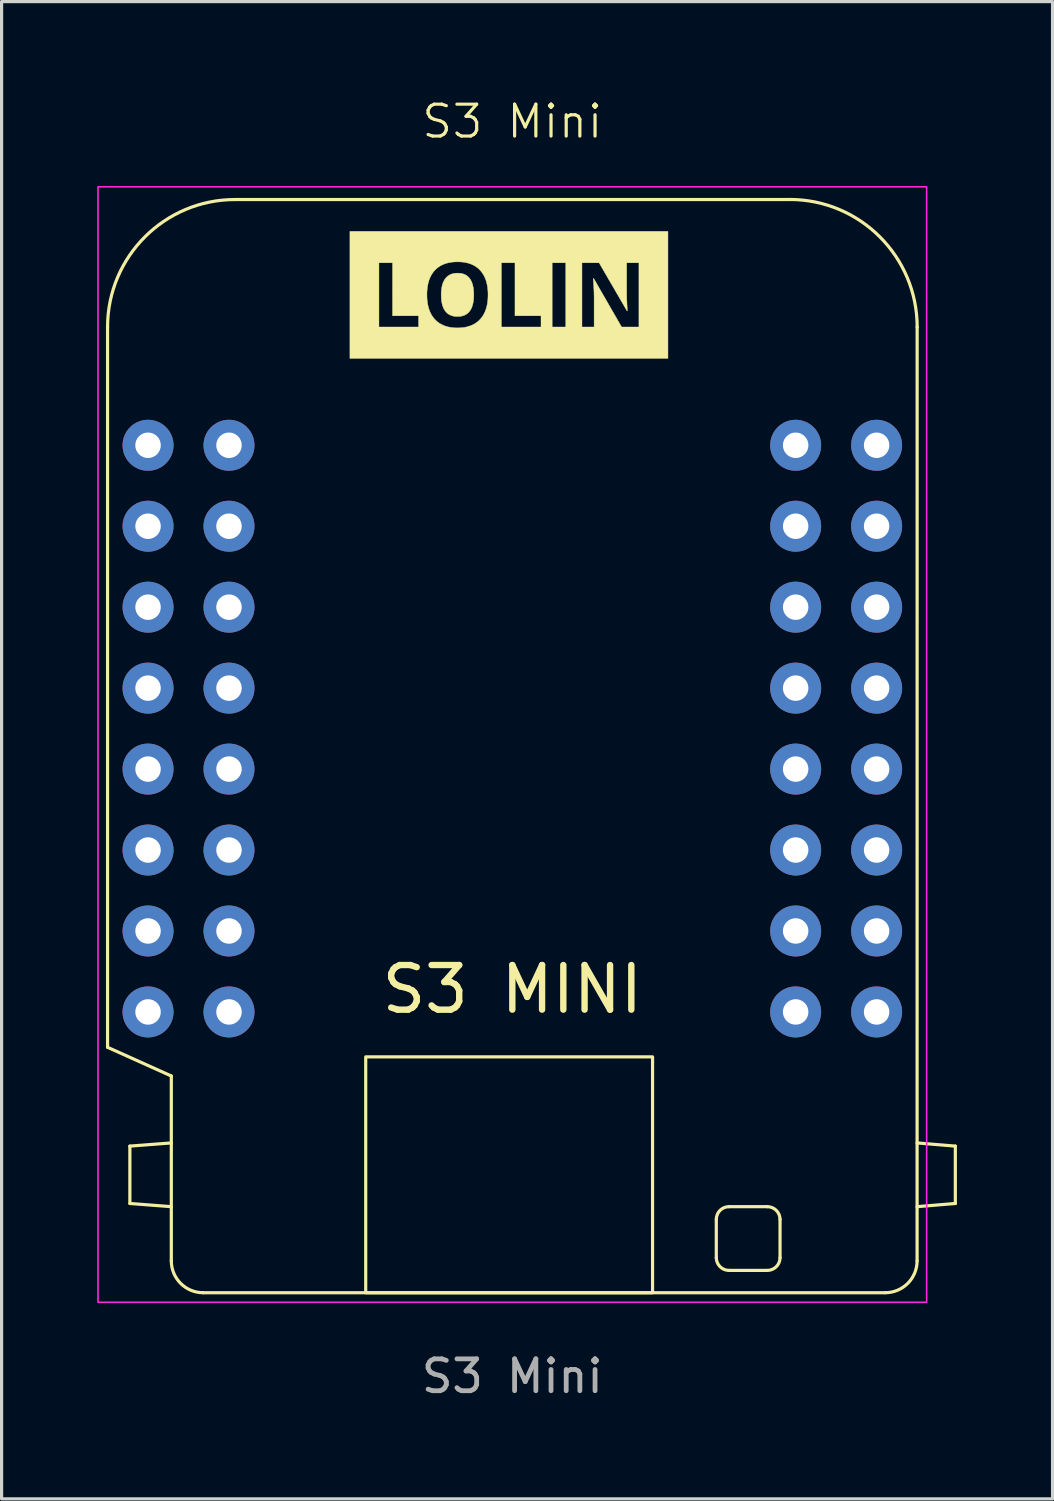
<source format=kicad_pcb>
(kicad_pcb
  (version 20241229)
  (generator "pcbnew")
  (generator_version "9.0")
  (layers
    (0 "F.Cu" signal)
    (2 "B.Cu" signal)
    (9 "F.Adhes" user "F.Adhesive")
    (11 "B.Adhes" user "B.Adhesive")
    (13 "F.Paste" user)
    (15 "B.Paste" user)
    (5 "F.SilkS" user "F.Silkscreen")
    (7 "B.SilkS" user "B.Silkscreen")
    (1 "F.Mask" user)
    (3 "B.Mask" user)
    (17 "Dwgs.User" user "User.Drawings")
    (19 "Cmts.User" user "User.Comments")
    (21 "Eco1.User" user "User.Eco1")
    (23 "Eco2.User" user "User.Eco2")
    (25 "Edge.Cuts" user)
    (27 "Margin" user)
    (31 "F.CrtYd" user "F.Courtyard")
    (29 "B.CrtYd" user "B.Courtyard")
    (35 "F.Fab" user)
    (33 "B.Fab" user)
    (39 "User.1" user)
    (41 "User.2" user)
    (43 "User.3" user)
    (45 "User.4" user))
  (footprint "S3 Mini"
    (layer "F.Cu")
    (at 13.025 19.811)
    (property "Reference" "S3 Mini" (at 0 -19.05 0) (unlocked yes) (layer "F.SilkS") (effects (font (size 1 1) (thickness 0.1))))
    (attr through_hole)
    (fp_line (start -12.7 -12.6) (end -12.7 10) (stroke (width 0.1) (type default)) (layer "F.SilkS"))
    (fp_line (start -12.7 10) (end -10.7 10.9) (stroke (width 0.1) (type default)) (layer "F.SilkS"))
    (fp_line (start -12 13.1) (end -10.7 13) (stroke (width 0.1) (type default)) (layer "F.SilkS"))
    (fp_line (start -12 14.9) (end -12 13.1) (stroke (width 0.1) (type default)) (layer "F.SilkS"))
    (fp_line (start -10.7 15) (end -12 14.9) (stroke (width 0.1) (type default)) (layer "F.SilkS"))
    (fp_line (start -10.7 16.7) (end -10.7 10.9) (stroke (width 0.1) (type default)) (layer "F.SilkS"))
    (fp_line (start -9.7 17.7) (end 11.7 17.7) (stroke (width 0.1) (type default)) (layer "F.SilkS"))
    (fp_line (start -8.7 -16.6) (end 8.7 -16.6) (stroke (width 0.1) (type default)) (layer "F.SilkS"))
    (fp_line (start 6.4 16.6) (end 6.4 15.4) (stroke (width 0.1) (type default)) (layer "F.SilkS"))
    (fp_line (start 6.8 15) (end 8 15) (stroke (width 0.1) (type default)) (layer "F.SilkS"))
    (fp_line (start 8 17) (end 6.8 17) (stroke (width 0.1) (type default)) (layer "F.SilkS"))
    (fp_line (start 8.4 15.4) (end 8.4 16.6) (stroke (width 0.1) (type default)) (layer "F.SilkS"))
    (fp_line (start 12.7 15) (end 13.9 14.9) (stroke (width 0.1) (type default)) (layer "F.SilkS"))
    (fp_line (start 12.702 -12.6) (end 12.7 16.7) (stroke (width 0.1) (type default)) (layer "F.SilkS"))
    (fp_line (start 13.9 13.1) (end 12.7 13) (stroke (width 0.1) (type default)) (layer "F.SilkS"))
    (fp_line (start 13.9 14.9) (end 13.9 13.1) (stroke (width 0.1) (type default)) (layer "F.SilkS"))
    (fp_rect (start -4.6 10.3) (end 4.4 17.7) (stroke (width 0.1) (type default)) (fill no) (layer "F.SilkS"))
    (fp_arc (start -12.7 -12.6) (mid -11.528427 -15.428427) (end -8.7 -16.6) (stroke (width 0.1) (type default)) (layer "F.SilkS"))
    (fp_arc (start -9.7 17.7) (mid -10.407107 17.407107) (end -10.7 16.7) (stroke (width 0.1) (type default)) (layer "F.SilkS"))
    (fp_arc (start 6.4 15.4) (mid 6.517157 15.117157) (end 6.8 15) (stroke (width 0.1) (type default)) (layer "F.SilkS"))
    (fp_arc (start 6.8 17) (mid 6.517157 16.882843) (end 6.4 16.6) (stroke (width 0.1) (type default)) (layer "F.SilkS"))
    (fp_arc (start 8 15) (mid 8.282843 15.117157) (end 8.4 15.4) (stroke (width 0.1) (type default)) (layer "F.SilkS"))
    (fp_arc (start 8.4 16.6) (mid 8.282843 16.882843) (end 8 17) (stroke (width 0.1) (type default)) (layer "F.SilkS"))
    (fp_arc (start 8.7 -16.602499) (mid 11.530194 -15.430194) (end 12.702499 -12.6) (stroke (width 0.1) (type default)) (layer "F.SilkS"))
    (fp_arc (start 12.7 16.7) (mid 12.407107 17.407107) (end 11.7 17.7) (stroke (width 0.1) (type default)) (layer "F.SilkS"))
    (fp_poly (pts (xy -1.687 -14.29) (xy -1.656 -14.288) (xy -1.627 -14.285) (xy -1.599 -14.28) (xy -1.571 -14.274) (xy -1.545 -14.267) (xy -1.52 -14.258) (xy -1.495 -14.248) (xy -1.472 -14.237) (xy -1.45 -14.224) (xy -1.428 -14.21) (xy -1.408 -14.195) (xy -1.389 -14.179) (xy -1.37 -14.161) (xy -1.353 -14.141) (xy -1.337 -14.121) (xy -1.321 -14.099) (xy -1.307 -14.076) (xy -1.293 -14.051) (xy -1.281 -14.025) (xy -1.27 -13.998) (xy -1.259 -13.969) (xy -1.241 -13.908) (xy -1.227 -13.842) (xy -1.217 -13.77) (xy -1.211 -13.693) (xy -1.209 -13.61) (xy -1.21 -13.568) (xy -1.211 -13.528) (xy -1.214 -13.489) (xy -1.217 -13.451) (xy -1.222 -13.415) (xy -1.227 -13.379) (xy -1.234 -13.346) (xy -1.241 -13.313) (xy -1.25 -13.282) (xy -1.259 -13.252) (xy -1.27 -13.223) (xy -1.281 -13.196) (xy -1.294 -13.17) (xy -1.307 -13.146) (xy -1.322 -13.123) (xy -1.337 -13.101) (xy -1.354 -13.08) (xy -1.371 -13.061) (xy -1.39 -13.043) (xy -1.409 -13.026) (xy -1.43 -13.011) (xy -1.451 -12.997) (xy -1.474 -12.985) (xy -1.497 -12.973) (xy -1.522 -12.963) (xy -1.547 -12.955) (xy -1.574 -12.947) (xy -1.601 -12.941) (xy -1.63 -12.937) (xy -1.659 -12.933) (xy -1.69 -12.931) (xy -1.721 -12.931) (xy -1.752 -12.931) (xy -1.783 -12.933) (xy -1.812 -12.937) (xy -1.841 -12.941) (xy -1.868 -12.947) (xy -1.894 -12.955) (xy -1.92 -12.964) (xy -1.944 -12.974) (xy -1.968 -12.985) (xy -1.99 -12.998) (xy -2.012 -13.012) (xy -2.032 -13.027) (xy -2.051 -13.044) (xy -2.07 -13.062) (xy -2.087 -13.081) (xy -2.104 -13.102) (xy -2.119 -13.124) (xy -2.134 -13.147) (xy -2.148 -13.172) (xy -2.16 -13.198) (xy -2.172 -13.225) (xy -2.182 -13.253) (xy -2.192 -13.283) (xy -2.2 -13.314) (xy -2.208 -13.347) (xy -2.214 -13.381) (xy -2.22 -13.416) (xy -2.224 -13.452) (xy -2.228 -13.49) (xy -2.23 -13.528) (xy -2.232 -13.569) (xy -2.232 -13.61) (xy -2.232 -13.652) (xy -2.23 -13.692) (xy -2.228 -13.731) (xy -2.224 -13.769) (xy -2.219 -13.805) (xy -2.214 -13.84) (xy -2.207 -13.874) (xy -2.2 -13.906) (xy -2.191 -13.937) (xy -2.181 -13.967) (xy -2.171 -13.996) (xy -2.159 -14.023) (xy -2.146 -14.049) (xy -2.133 -14.073) (xy -2.118 -14.097) (xy -2.102 -14.119) (xy -2.086 -14.14) (xy -2.068 -14.159) (xy -2.049 -14.177) (xy -2.03 -14.194) (xy -2.009 -14.21) (xy -1.988 -14.224) (xy -1.965 -14.236) (xy -1.942 -14.248) (xy -1.917 -14.258) (xy -1.891 -14.267) (xy -1.865 -14.274) (xy -1.838 -14.28) (xy -1.809 -14.285) (xy -1.78 -14.288) (xy -1.749 -14.29) (xy -1.718 -14.291)) (stroke (width 0.013) (type solid)) (fill yes) (layer "F.SilkS"))
    (fp_poly (pts (xy 4.883 -11.616) (xy -5.096 -11.616) (xy -5.096 -14.615) (xy -4.185 -14.615) (xy -4.185 -12.6) (xy -2.941 -12.6) (xy -2.941 -12.953) (xy -3.758 -12.953) (xy -3.758 -13.613) (xy -2.68 -13.613) (xy -2.679 -13.551) (xy -2.676 -13.491) (xy -2.671 -13.432) (xy -2.665 -13.376) (xy -2.656 -13.321) (xy -2.645 -13.269) (xy -2.633 -13.218) (xy -2.618 -13.169) (xy -2.602 -13.121) (xy -2.583 -13.076) (xy -2.563 -13.032) (xy -2.541 -12.99) (xy -2.516 -12.95) (xy -2.49 -12.912) (xy -2.462 -12.876) (xy -2.432 -12.841) (xy -2.4 -12.809) (xy -2.367 -12.778) (xy -2.332 -12.75) (xy -2.295 -12.724) (xy -2.256 -12.7) (xy -2.216 -12.678) (xy -2.174 -12.658) (xy -2.13 -12.64) (xy -2.085 -12.624) (xy -2.038 -12.61) (xy -1.989 -12.599) (xy -1.939 -12.589) (xy -1.887 -12.582) (xy -1.833 -12.577) (xy -1.778 -12.574) (xy -1.721 -12.573) (xy -1.664 -12.574) (xy -1.609 -12.577) (xy -1.555 -12.582) (xy -1.503 -12.589) (xy -1.453 -12.599) (xy -1.404 -12.61) (xy -1.357 -12.624) (xy -1.312 -12.64) (xy -1.268 -12.658) (xy -1.226 -12.678) (xy -1.186 -12.7) (xy -1.147 -12.724) (xy -1.111 -12.75) (xy -1.075 -12.778) (xy -1.042 -12.809) (xy -1.01 -12.841) (xy -0.98 -12.876) (xy -0.952 -12.912) (xy -0.926 -12.95) (xy -0.901 -12.99) (xy -0.879 -13.032) (xy -0.859 -13.075) (xy -0.84 -13.121) (xy -0.824 -13.168) (xy -0.809 -13.217) (xy -0.797 -13.268) (xy -0.786 -13.32) (xy -0.777 -13.375) (xy -0.771 -13.431) (xy -0.766 -13.489) (xy -0.763 -13.549) (xy -0.762 -13.61) (xy -0.763 -13.672) (xy -0.766 -13.732) (xy -0.771 -13.79) (xy -0.777 -13.846) (xy -0.786 -13.901) (xy -0.797 -13.954) (xy -0.809 -14.004) (xy -0.823 -14.053) (xy -0.84 -14.1) (xy -0.858 -14.146) (xy -0.878 -14.189) (xy -0.901 -14.231) (xy -0.925 -14.271) (xy -0.951 -14.309) (xy -0.979 -14.345) (xy -1.008 -14.379) (xy -1.04 -14.412) (xy -1.073 -14.442) (xy -1.108 -14.47) (xy -1.145 -14.496) (xy -1.183 -14.52) (xy -1.223 -14.542) (xy -1.265 -14.562) (xy -1.308 -14.58) (xy -1.354 -14.595) (xy -1.4 -14.609) (xy -1.426 -14.615) (xy -0.344 -14.615) (xy -0.344 -12.6) (xy 0.9 -12.6) (xy 0.9 -12.953) (xy 0.083 -12.953) (xy 0.083 -14.615) (xy 1.25 -14.615) (xy 1.25 -12.6) (xy 1.677 -12.6) (xy 1.677 -14.615) (xy 2.185 -14.615) (xy 2.185 -12.6) (xy 2.566 -12.6) (xy 2.566 -13.548) (xy 2.564 -13.649) (xy 2.56 -13.778) (xy 2.552 -13.937) (xy 2.54 -14.124) (xy 2.553 -14.124) (xy 3.429 -12.6) (xy 3.972 -12.6) (xy 3.972 -14.615) (xy 3.587 -14.615) (xy 3.587 -13.661) (xy 3.588 -13.566) (xy 3.592 -13.441) (xy 3.599 -13.288) (xy 3.608 -13.106) (xy 3.599 -13.106) (xy 2.723 -14.615) (xy 2.185 -14.615) (xy 1.677 -14.615) (xy 1.25 -14.615) (xy 0.083 -14.615) (xy -0.344 -14.615) (xy -1.426 -14.615) (xy -1.449 -14.62) (xy -1.499 -14.63) (xy -1.551 -14.637) (xy -1.605 -14.642) (xy -1.661 -14.645) (xy -1.718 -14.646) (xy -1.775 -14.645) (xy -1.831 -14.642) (xy -1.885 -14.637) (xy -1.937 -14.63) (xy -1.987 -14.62) (xy -2.036 -14.609) (xy -2.083 -14.596) (xy -2.129 -14.58) (xy -2.173 -14.562) (xy -2.215 -14.543) (xy -2.255 -14.521) (xy -2.294 -14.497) (xy -2.331 -14.471) (xy -2.366 -14.443) (xy -2.4 -14.413) (xy -2.432 -14.381) (xy -2.462 -14.347) (xy -2.49 -14.311) (xy -2.516 -14.273) (xy -2.541 -14.234) (xy -2.563 -14.192) (xy -2.583 -14.149) (xy -2.602 -14.103) (xy -2.618 -14.056) (xy -2.633 -14.007) (xy -2.645 -13.957) (xy -2.656 -13.904) (xy -2.665 -13.85) (xy -2.671 -13.793) (xy -2.676 -13.735) (xy -2.679 -13.675) (xy -2.68 -13.613) (xy -3.758 -13.613) (xy -3.758 -14.615) (xy -4.185 -14.615) (xy -5.096 -14.615) (xy -5.096 -15.603) (xy 4.883 -15.603)) (stroke (width 0.013) (type solid)) (fill yes) (layer "F.SilkS"))
    (fp_rect (start -13 -17) (end 13 18) (stroke (width 0.05) (type default)) (fill no) (layer "F.CrtYd"))
    (fp_text user "S3 MINI" (at 0 9 0) (unlocked yes) (layer "F.SilkS") (effects (font (size 1.4 1.4) (thickness 0.2)) (justify bottom)))
    (fp_text user "${REFERENCE}" (at 0 20.32 0) (unlocked yes) (layer "F.Fab") (effects (font (size 1 1) (thickness 0.15))))
    (pad "1" thru_hole circle (at -11.43 -8.89) (size 1.6 1.6) (drill 0.8) (layers "*.Cu" "*.Mask"))
    (pad "2" thru_hole circle (at -8.89 -8.89) (size 1.6 1.6) (drill 0.8) (layers "*.Cu" "*.Mask"))
    (pad "3" thru_hole circle (at -11.43 -6.35) (size 1.6 1.6) (drill 0.8) (layers "*.Cu" "*.Mask"))
    (pad "4" thru_hole circle (at -8.89 -6.35) (size 1.6 1.6) (drill 0.8) (layers "*.Cu" "*.Mask"))
    (pad "5" thru_hole circle (at -11.43 -3.81) (size 1.6 1.6) (drill 0.8) (layers "*.Cu" "*.Mask"))
    (pad "6" thru_hole circle (at -8.89 -3.81) (size 1.6 1.6) (drill 0.8) (layers "*.Cu" "*.Mask"))
    (pad "7" thru_hole circle (at -11.43 -1.27) (size 1.6 1.6) (drill 0.8) (layers "*.Cu" "*.Mask"))
    (pad "8" thru_hole circle (at -8.89 -1.27) (size 1.6 1.6) (drill 0.8) (layers "*.Cu" "*.Mask"))
    (pad "9" thru_hole circle (at -11.43 1.27) (size 1.6 1.6) (drill 0.8) (layers "*.Cu" "*.Mask"))
    (pad "10" thru_hole circle (at -8.89 1.27) (size 1.6 1.6) (drill 0.8) (layers "*.Cu" "*.Mask"))
    (pad "11" thru_hole circle (at -11.43 3.81) (size 1.6 1.6) (drill 0.8) (layers "*.Cu" "*.Mask"))
    (pad "12" thru_hole circle (at -8.89 3.81) (size 1.6 1.6) (drill 0.8) (layers "*.Cu" "*.Mask"))
    (pad "13" thru_hole circle (at -11.43 6.35) (size 1.6 1.6) (drill 0.8) (layers "*.Cu" "*.Mask"))
    (pad "14" thru_hole circle (at -8.89 6.35) (size 1.6 1.6) (drill 0.8) (layers "*.Cu" "*.Mask"))
    (pad "15" thru_hole circle (at -11.43 8.89) (size 1.6 1.6) (drill 0.8) (layers "*.Cu" "*.Mask"))
    (pad "16" thru_hole circle (at -8.89 8.89) (size 1.6 1.6) (drill 0.8) (layers "*.Cu" "*.Mask"))
    (pad "17" thru_hole circle (at 8.89 -8.89) (size 1.6 1.6) (drill 0.8) (layers "*.Cu" "*.Mask"))
    (pad "18" thru_hole circle (at 11.43 -8.89) (size 1.6 1.6) (drill 0.8) (layers "*.Cu" "*.Mask"))
    (pad "19" thru_hole circle (at 8.89 -6.35) (size 1.6 1.6) (drill 0.8) (layers "*.Cu" "*.Mask"))
    (pad "20" thru_hole circle (at 11.43 -6.35) (size 1.6 1.6) (drill 0.8) (layers "*.Cu" "*.Mask"))
    (pad "21" thru_hole circle (at 8.89 -3.81) (size 1.6 1.6) (drill 0.8) (layers "*.Cu" "*.Mask"))
    (pad "22" thru_hole circle (at 11.43 -3.81) (size 1.6 1.6) (drill 0.8) (layers "*.Cu" "*.Mask"))
    (pad "23" thru_hole circle (at 8.89 -1.27) (size 1.6 1.6) (drill 0.8) (layers "*.Cu" "*.Mask"))
    (pad "24" thru_hole circle (at 11.43 -1.27) (size 1.6 1.6) (drill 0.8) (layers "*.Cu" "*.Mask"))
    (pad "25" thru_hole circle (at 8.89 1.27) (size 1.6 1.6) (drill 0.8) (layers "*.Cu" "*.Mask"))
    (pad "26" thru_hole circle (at 11.43 1.27) (size 1.6 1.6) (drill 0.8) (layers "*.Cu" "*.Mask"))
    (pad "27" thru_hole circle (at 8.89 3.81) (size 1.6 1.6) (drill 0.8) (layers "*.Cu" "*.Mask"))
    (pad "28" thru_hole circle (at 11.43 3.81) (size 1.6 1.6) (drill 0.8) (layers "*.Cu" "*.Mask"))
    (pad "29" thru_hole circle (at 8.89 6.35) (size 1.6 1.6) (drill 0.8) (layers "*.Cu" "*.Mask"))
    (pad "30" thru_hole circle (at 11.43 6.35) (size 1.6 1.6) (drill 0.8) (layers "*.Cu" "*.Mask"))
    (pad "31" thru_hole circle (at 8.89 8.89) (size 1.6 1.6) (drill 0.8) (layers "*.Cu" "*.Mask"))
    (pad "32" thru_hole circle (at 11.43 8.89) (size 1.6 1.6) (drill 0.8) (layers "*.Cu" "*.Mask")))
  (gr_rect
    (start -3 -3)
    (end 29.975 43.979)
    (stroke (width 0.1) (type default))
    (fill no)
    (layer "Edge.Cuts")))
</source>
